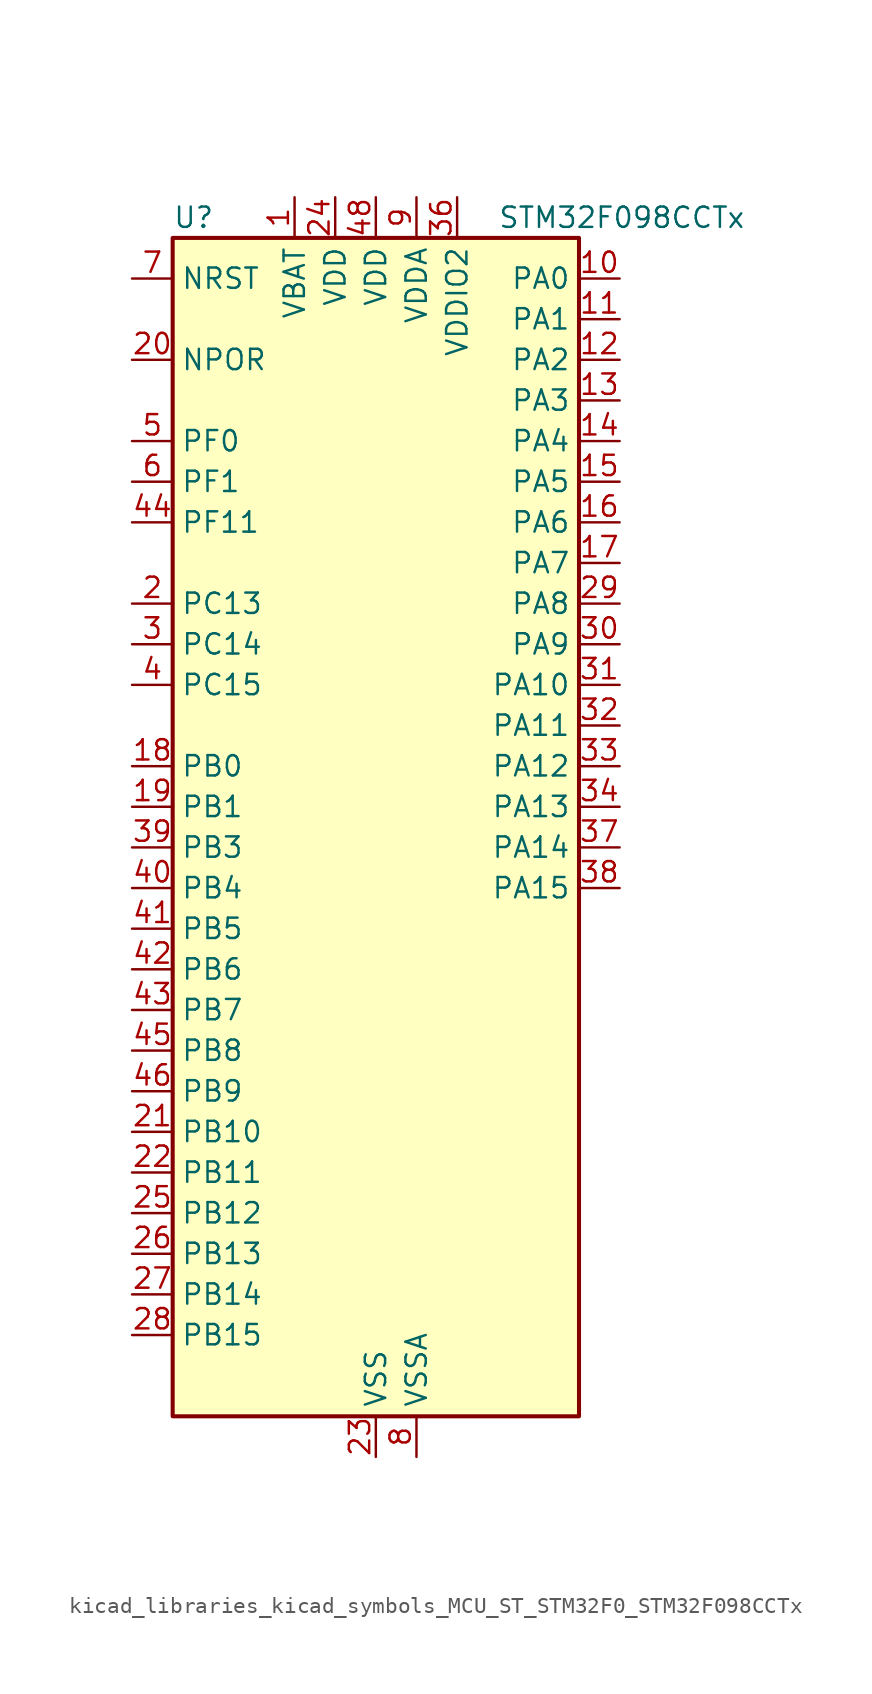
<source format=kicad_sym>
(kicad_symbol_lib
  (version 20220914)
  (generator kicad_symbol_editor)
  (symbol "kicad_libraries_kicad_symbols_MCU_ST_STM32F0_STM32F098CCTx"
    (property "Reference" "U"
      (at -12.7 39.37 0)
      (effects (font (size 1.27 1.27)) (justify left)))
    (property "Value" "STM32F098CCTx"
      (at 7.62 39.37 0)
      (effects (font (size 1.27 1.27)) (justify left)))
    (property "ki_locked" ""
      (at 0 0 0)
      (effects (font (size 1.27 1.27))))
    (symbol "kicad_libraries_kicad_symbols_MCU_ST_STM32F0_STM32F098CCTx_0_1"
      (rectangle (start -12.7 -35.56) (end 12.7 38.1) (stroke (width 0.254) (type default)) (fill (type background))))
    (symbol "kicad_libraries_kicad_symbols_MCU_ST_STM32F0_STM32F098CCTx_1_1"
      (pin power_in line (at -5.08 40.64 270) (length 2.54) (name "VBAT" (effects (font (size 1.27 1.27)))) (number "1" (effects (font (size 1.27 1.27)))))
      (pin bidirectional line (at 15.24 35.56 180) (length 2.54) (name "PA0" (effects (font (size 1.27 1.27)))) (number "10" (effects (font (size 1.27 1.27)))) (alternate "ADC_IN0" bidirectional line) (alternate "COMP1_INM" bidirectional line) (alternate "COMP1_OUT" bidirectional line) (alternate "RTC_TAMP2" bidirectional line) (alternate "SYS_WKUP1" bidirectional line) (alternate "TIM2_CH1" bidirectional line) (alternate "TIM2_ETR" bidirectional line) (alternate "TSC_G1_IO1" bidirectional line) (alternate "USART2_CTS" bidirectional line) (alternate "USART4_TX" bidirectional line))
      (pin bidirectional line (at 15.24 33.02 180) (length 2.54) (name "PA1" (effects (font (size 1.27 1.27)))) (number "11" (effects (font (size 1.27 1.27)))) (alternate "ADC_IN1" bidirectional line) (alternate "COMP1_INP" bidirectional line) (alternate "TIM15_CH1N" bidirectional line) (alternate "TIM2_CH2" bidirectional line) (alternate "TSC_G1_IO2" bidirectional line) (alternate "USART2_DE" bidirectional line) (alternate "USART2_RTS" bidirectional line) (alternate "USART4_RX" bidirectional line))
      (pin bidirectional line (at 15.24 30.48 180) (length 2.54) (name "PA2" (effects (font (size 1.27 1.27)))) (number "12" (effects (font (size 1.27 1.27)))) (alternate "ADC_IN2" bidirectional line) (alternate "COMP2_INM" bidirectional line) (alternate "COMP2_OUT" bidirectional line) (alternate "SYS_WKUP4" bidirectional line) (alternate "TIM15_CH1" bidirectional line) (alternate "TIM2_CH3" bidirectional line) (alternate "TSC_G1_IO3" bidirectional line) (alternate "USART2_TX" bidirectional line))
      (pin bidirectional line (at 15.24 27.94 180) (length 2.54) (name "PA3" (effects (font (size 1.27 1.27)))) (number "13" (effects (font (size 1.27 1.27)))) (alternate "ADC_IN3" bidirectional line) (alternate "COMP2_INP" bidirectional line) (alternate "TIM15_CH2" bidirectional line) (alternate "TIM2_CH4" bidirectional line) (alternate "TSC_G1_IO4" bidirectional line) (alternate "USART2_RX" bidirectional line))
      (pin bidirectional line (at 15.24 25.4 180) (length 2.54) (name "PA4" (effects (font (size 1.27 1.27)))) (number "14" (effects (font (size 1.27 1.27)))) (alternate "ADC_IN4" bidirectional line) (alternate "COMP1_INM" bidirectional line) (alternate "COMP2_INM" bidirectional line) (alternate "DAC_OUT1" bidirectional line) (alternate "I2S1_WS" bidirectional line) (alternate "SPI1_NSS" bidirectional line) (alternate "TIM14_CH1" bidirectional line) (alternate "TSC_G2_IO1" bidirectional line) (alternate "USART2_CK" bidirectional line) (alternate "USART6_TX" bidirectional line))
      (pin bidirectional line (at 15.24 22.86 180) (length 2.54) (name "PA5" (effects (font (size 1.27 1.27)))) (number "15" (effects (font (size 1.27 1.27)))) (alternate "ADC_IN5" bidirectional line) (alternate "CEC" bidirectional line) (alternate "COMP1_INM" bidirectional line) (alternate "COMP2_INM" bidirectional line) (alternate "DAC_OUT2" bidirectional line) (alternate "I2S1_CK" bidirectional line) (alternate "SPI1_SCK" bidirectional line) (alternate "TIM2_CH1" bidirectional line) (alternate "TIM2_ETR" bidirectional line) (alternate "TSC_G2_IO2" bidirectional line) (alternate "USART6_RX" bidirectional line))
      (pin bidirectional line (at 15.24 20.32 180) (length 2.54) (name "PA6" (effects (font (size 1.27 1.27)))) (number "16" (effects (font (size 1.27 1.27)))) (alternate "ADC_IN6" bidirectional line) (alternate "COMP1_OUT" bidirectional line) (alternate "I2S1_MCK" bidirectional line) (alternate "SPI1_MISO" bidirectional line) (alternate "TIM16_CH1" bidirectional line) (alternate "TIM1_BKIN" bidirectional line) (alternate "TIM3_CH1" bidirectional line) (alternate "TSC_G2_IO3" bidirectional line) (alternate "USART3_CTS" bidirectional line))
      (pin bidirectional line (at 15.24 17.78 180) (length 2.54) (name "PA7" (effects (font (size 1.27 1.27)))) (number "17" (effects (font (size 1.27 1.27)))) (alternate "ADC_IN7" bidirectional line) (alternate "COMP2_OUT" bidirectional line) (alternate "I2S1_SD" bidirectional line) (alternate "SPI1_MOSI" bidirectional line) (alternate "TIM14_CH1" bidirectional line) (alternate "TIM17_CH1" bidirectional line) (alternate "TIM1_CH1N" bidirectional line) (alternate "TIM3_CH2" bidirectional line) (alternate "TSC_G2_IO4" bidirectional line))
      (pin bidirectional line (at -15.24 5.08 0) (length 2.54) (name "PB0" (effects (font (size 1.27 1.27)))) (number "18" (effects (font (size 1.27 1.27)))) (alternate "ADC_IN8" bidirectional line) (alternate "TIM1_CH2N" bidirectional line) (alternate "TIM3_CH3" bidirectional line) (alternate "TSC_G3_IO2" bidirectional line) (alternate "USART3_CK" bidirectional line))
      (pin bidirectional line (at -15.24 2.54 0) (length 2.54) (name "PB1" (effects (font (size 1.27 1.27)))) (number "19" (effects (font (size 1.27 1.27)))) (alternate "ADC_IN9" bidirectional line) (alternate "TIM14_CH1" bidirectional line) (alternate "TIM1_CH3N" bidirectional line) (alternate "TIM3_CH4" bidirectional line) (alternate "TSC_G3_IO3" bidirectional line) (alternate "USART3_DE" bidirectional line) (alternate "USART3_RTS" bidirectional line))
      (pin bidirectional line (at -15.24 15.24 0) (length 2.54) (name "PC13" (effects (font (size 1.27 1.27)))) (number "2" (effects (font (size 1.27 1.27)))) (alternate "RTC_OUT_ALARM" bidirectional line) (alternate "RTC_OUT_CALIB" bidirectional line) (alternate "RTC_TAMP1" bidirectional line) (alternate "RTC_TS" bidirectional line) (alternate "SYS_WKUP2" bidirectional line))
      (pin input line (at -15.24 30.48 0) (length 2.54) (name "NPOR" (effects (font (size 1.27 1.27)))) (number "20" (effects (font (size 1.27 1.27)))))
      (pin bidirectional line (at -15.24 -17.78 0) (length 2.54) (name "PB10" (effects (font (size 1.27 1.27)))) (number "21" (effects (font (size 1.27 1.27)))) (alternate "CEC" bidirectional line) (alternate "I2C2_SCL" bidirectional line) (alternate "I2S2_CK" bidirectional line) (alternate "SPI2_SCK" bidirectional line) (alternate "TIM2_CH3" bidirectional line) (alternate "TSC_SYNC" bidirectional line) (alternate "USART3_TX" bidirectional line))
      (pin bidirectional line (at -15.24 -20.32 0) (length 2.54) (name "PB11" (effects (font (size 1.27 1.27)))) (number "22" (effects (font (size 1.27 1.27)))) (alternate "I2C2_SDA" bidirectional line) (alternate "TIM2_CH4" bidirectional line) (alternate "TSC_G6_IO1" bidirectional line) (alternate "USART3_RX" bidirectional line))
      (pin power_in line (at 0 -38.1 90) (length 2.54) (name "VSS" (effects (font (size 1.27 1.27)))) (number "23" (effects (font (size 1.27 1.27)))))
      (pin power_in line (at -2.54 40.64 270) (length 2.54) (name "VDD" (effects (font (size 1.27 1.27)))) (number "24" (effects (font (size 1.27 1.27)))))
      (pin bidirectional line (at -15.24 -22.86 0) (length 2.54) (name "PB12" (effects (font (size 1.27 1.27)))) (number "25" (effects (font (size 1.27 1.27)))) (alternate "I2S2_WS" bidirectional line) (alternate "SPI2_NSS" bidirectional line) (alternate "TIM15_BKIN" bidirectional line) (alternate "TIM1_BKIN" bidirectional line) (alternate "TSC_G6_IO2" bidirectional line) (alternate "USART3_CK" bidirectional line))
      (pin bidirectional line (at -15.24 -25.4 0) (length 2.54) (name "PB13" (effects (font (size 1.27 1.27)))) (number "26" (effects (font (size 1.27 1.27)))) (alternate "I2C2_SCL" bidirectional line) (alternate "I2S2_CK" bidirectional line) (alternate "SPI2_SCK" bidirectional line) (alternate "TIM1_CH1N" bidirectional line) (alternate "TSC_G6_IO3" bidirectional line) (alternate "USART3_CTS" bidirectional line))
      (pin bidirectional line (at -15.24 -27.94 0) (length 2.54) (name "PB14" (effects (font (size 1.27 1.27)))) (number "27" (effects (font (size 1.27 1.27)))) (alternate "I2C2_SDA" bidirectional line) (alternate "I2S2_MCK" bidirectional line) (alternate "SPI2_MISO" bidirectional line) (alternate "TIM15_CH1" bidirectional line) (alternate "TIM1_CH2N" bidirectional line) (alternate "TSC_G6_IO4" bidirectional line) (alternate "USART3_DE" bidirectional line) (alternate "USART3_RTS" bidirectional line))
      (pin bidirectional line (at -15.24 -30.48 0) (length 2.54) (name "PB15" (effects (font (size 1.27 1.27)))) (number "28" (effects (font (size 1.27 1.27)))) (alternate "I2S2_SD" bidirectional line) (alternate "RTC_REFIN" bidirectional line) (alternate "SPI2_MOSI" bidirectional line) (alternate "SYS_WKUP7" bidirectional line) (alternate "TIM15_CH1N" bidirectional line) (alternate "TIM15_CH2" bidirectional line) (alternate "TIM1_CH3N" bidirectional line))
      (pin bidirectional line (at 15.24 15.24 180) (length 2.54) (name "PA8" (effects (font (size 1.27 1.27)))) (number "29" (effects (font (size 1.27 1.27)))) (alternate "CRS_SYNC" bidirectional line) (alternate "RCC_MCO" bidirectional line) (alternate "TIM1_CH1" bidirectional line) (alternate "USART1_CK" bidirectional line))
      (pin bidirectional line (at -15.24 12.7 0) (length 2.54) (name "PC14" (effects (font (size 1.27 1.27)))) (number "3" (effects (font (size 1.27 1.27)))) (alternate "RCC_OSC32_IN" bidirectional line))
      (pin bidirectional line (at 15.24 12.7 180) (length 2.54) (name "PA9" (effects (font (size 1.27 1.27)))) (number "30" (effects (font (size 1.27 1.27)))) (alternate "DAC_EXTI9" bidirectional line) (alternate "I2C1_SCL" bidirectional line) (alternate "RCC_MCO" bidirectional line) (alternate "TIM15_BKIN" bidirectional line) (alternate "TIM1_CH2" bidirectional line) (alternate "TSC_G4_IO1" bidirectional line) (alternate "USART1_TX" bidirectional line))
      (pin bidirectional line (at 15.24 10.16 180) (length 2.54) (name "PA10" (effects (font (size 1.27 1.27)))) (number "31" (effects (font (size 1.27 1.27)))) (alternate "I2C1_SDA" bidirectional line) (alternate "TIM17_BKIN" bidirectional line) (alternate "TIM1_CH3" bidirectional line) (alternate "TSC_G4_IO2" bidirectional line) (alternate "USART1_RX" bidirectional line))
      (pin bidirectional line (at 15.24 7.62 180) (length 2.54) (name "PA11" (effects (font (size 1.27 1.27)))) (number "32" (effects (font (size 1.27 1.27)))) (alternate "CAN_RX" bidirectional line) (alternate "COMP1_OUT" bidirectional line) (alternate "I2C2_SCL" bidirectional line) (alternate "TIM1_CH4" bidirectional line) (alternate "TSC_G4_IO3" bidirectional line) (alternate "USART1_CTS" bidirectional line))
      (pin bidirectional line (at 15.24 5.08 180) (length 2.54) (name "PA12" (effects (font (size 1.27 1.27)))) (number "33" (effects (font (size 1.27 1.27)))) (alternate "CAN_TX" bidirectional line) (alternate "COMP2_OUT" bidirectional line) (alternate "I2C2_SDA" bidirectional line) (alternate "TIM1_ETR" bidirectional line) (alternate "TSC_G4_IO4" bidirectional line) (alternate "USART1_DE" bidirectional line) (alternate "USART1_RTS" bidirectional line))
      (pin bidirectional line (at 15.24 2.54 180) (length 2.54) (name "PA13" (effects (font (size 1.27 1.27)))) (number "34" (effects (font (size 1.27 1.27)))) (alternate "IR_OUT" bidirectional line) (alternate "SYS_SWDIO" bidirectional line))
      (pin passive line (at 0 -38.1 90) (length 2.54) hide (name "VSS" (effects (font (size 1.27 1.27)))) (number "35" (effects (font (size 1.27 1.27)))))
      (pin power_in line (at 5.08 40.64 270) (length 2.54) (name "VDDIO2" (effects (font (size 1.27 1.27)))) (number "36" (effects (font (size 1.27 1.27)))))
      (pin bidirectional line (at 15.24 0 180) (length 2.54) (name "PA14" (effects (font (size 1.27 1.27)))) (number "37" (effects (font (size 1.27 1.27)))) (alternate "SYS_SWCLK" bidirectional line) (alternate "USART2_TX" bidirectional line))
      (pin bidirectional line (at 15.24 -2.54 180) (length 2.54) (name "PA15" (effects (font (size 1.27 1.27)))) (number "38" (effects (font (size 1.27 1.27)))) (alternate "I2S1_WS" bidirectional line) (alternate "SPI1_NSS" bidirectional line) (alternate "TIM2_CH1" bidirectional line) (alternate "TIM2_ETR" bidirectional line) (alternate "USART2_RX" bidirectional line) (alternate "USART4_DE" bidirectional line) (alternate "USART4_RTS" bidirectional line))
      (pin bidirectional line (at -15.24 0 0) (length 2.54) (name "PB3" (effects (font (size 1.27 1.27)))) (number "39" (effects (font (size 1.27 1.27)))) (alternate "I2S1_CK" bidirectional line) (alternate "SPI1_SCK" bidirectional line) (alternate "TIM2_CH2" bidirectional line) (alternate "TSC_G5_IO1" bidirectional line) (alternate "USART5_TX" bidirectional line))
      (pin bidirectional line (at -15.24 10.16 0) (length 2.54) (name "PC15" (effects (font (size 1.27 1.27)))) (number "4" (effects (font (size 1.27 1.27)))) (alternate "RCC_OSC32_OUT" bidirectional line))
      (pin bidirectional line (at -15.24 -2.54 0) (length 2.54) (name "PB4" (effects (font (size 1.27 1.27)))) (number "40" (effects (font (size 1.27 1.27)))) (alternate "I2S1_MCK" bidirectional line) (alternate "SPI1_MISO" bidirectional line) (alternate "TIM17_BKIN" bidirectional line) (alternate "TIM3_CH1" bidirectional line) (alternate "TSC_G5_IO2" bidirectional line) (alternate "USART5_RX" bidirectional line))
      (pin bidirectional line (at -15.24 -5.08 0) (length 2.54) (name "PB5" (effects (font (size 1.27 1.27)))) (number "41" (effects (font (size 1.27 1.27)))) (alternate "I2C1_SMBA" bidirectional line) (alternate "I2S1_SD" bidirectional line) (alternate "SPI1_MOSI" bidirectional line) (alternate "SYS_WKUP6" bidirectional line) (alternate "TIM16_BKIN" bidirectional line) (alternate "TIM3_CH2" bidirectional line) (alternate "USART5_CK" bidirectional line) (alternate "USART5_DE" bidirectional line) (alternate "USART5_RTS" bidirectional line))
      (pin bidirectional line (at -15.24 -7.62 0) (length 2.54) (name "PB6" (effects (font (size 1.27 1.27)))) (number "42" (effects (font (size 1.27 1.27)))) (alternate "I2C1_SCL" bidirectional line) (alternate "TIM16_CH1N" bidirectional line) (alternate "TSC_G5_IO3" bidirectional line) (alternate "USART1_TX" bidirectional line))
      (pin bidirectional line (at -15.24 -10.16 0) (length 2.54) (name "PB7" (effects (font (size 1.27 1.27)))) (number "43" (effects (font (size 1.27 1.27)))) (alternate "I2C1_SDA" bidirectional line) (alternate "TIM17_CH1N" bidirectional line) (alternate "TSC_G5_IO4" bidirectional line) (alternate "USART1_RX" bidirectional line) (alternate "USART4_CTS" bidirectional line))
      (pin bidirectional line (at -15.24 20.32 0) (length 2.54) (name "PF11" (effects (font (size 1.27 1.27)))) (number "44" (effects (font (size 1.27 1.27)))))
      (pin bidirectional line (at -15.24 -12.7 0) (length 2.54) (name "PB8" (effects (font (size 1.27 1.27)))) (number "45" (effects (font (size 1.27 1.27)))) (alternate "CAN_RX" bidirectional line) (alternate "CEC" bidirectional line) (alternate "I2C1_SCL" bidirectional line) (alternate "TIM16_CH1" bidirectional line) (alternate "TSC_SYNC" bidirectional line))
      (pin bidirectional line (at -15.24 -15.24 0) (length 2.54) (name "PB9" (effects (font (size 1.27 1.27)))) (number "46" (effects (font (size 1.27 1.27)))) (alternate "CAN_TX" bidirectional line) (alternate "DAC_EXTI9" bidirectional line) (alternate "I2C1_SDA" bidirectional line) (alternate "I2S2_WS" bidirectional line) (alternate "IR_OUT" bidirectional line) (alternate "SPI2_NSS" bidirectional line) (alternate "TIM17_CH1" bidirectional line))
      (pin passive line (at 0 -38.1 90) (length 2.54) hide (name "VSS" (effects (font (size 1.27 1.27)))) (number "47" (effects (font (size 1.27 1.27)))))
      (pin power_in line (at 0 40.64 270) (length 2.54) (name "VDD" (effects (font (size 1.27 1.27)))) (number "48" (effects (font (size 1.27 1.27)))))
      (pin bidirectional line (at -15.24 25.4 0) (length 2.54) (name "PF0" (effects (font (size 1.27 1.27)))) (number "5" (effects (font (size 1.27 1.27)))) (alternate "CRS_SYNC" bidirectional line) (alternate "I2C1_SDA" bidirectional line) (alternate "RCC_OSC_IN" bidirectional line))
      (pin bidirectional line (at -15.24 22.86 0) (length 2.54) (name "PF1" (effects (font (size 1.27 1.27)))) (number "6" (effects (font (size 1.27 1.27)))) (alternate "I2C1_SCL" bidirectional line) (alternate "RCC_OSC_OUT" bidirectional line))
      (pin input line (at -15.24 35.56 0) (length 2.54) (name "NRST" (effects (font (size 1.27 1.27)))) (number "7" (effects (font (size 1.27 1.27)))))
      (pin power_in line (at 2.54 -38.1 90) (length 2.54) (name "VSSA" (effects (font (size 1.27 1.27)))) (number "8" (effects (font (size 1.27 1.27)))))
      (pin power_in line (at 2.54 40.64 270) (length 2.54) (name "VDDA" (effects (font (size 1.27 1.27)))) (number "9" (effects (font (size 1.27 1.27))))))))
</source>
